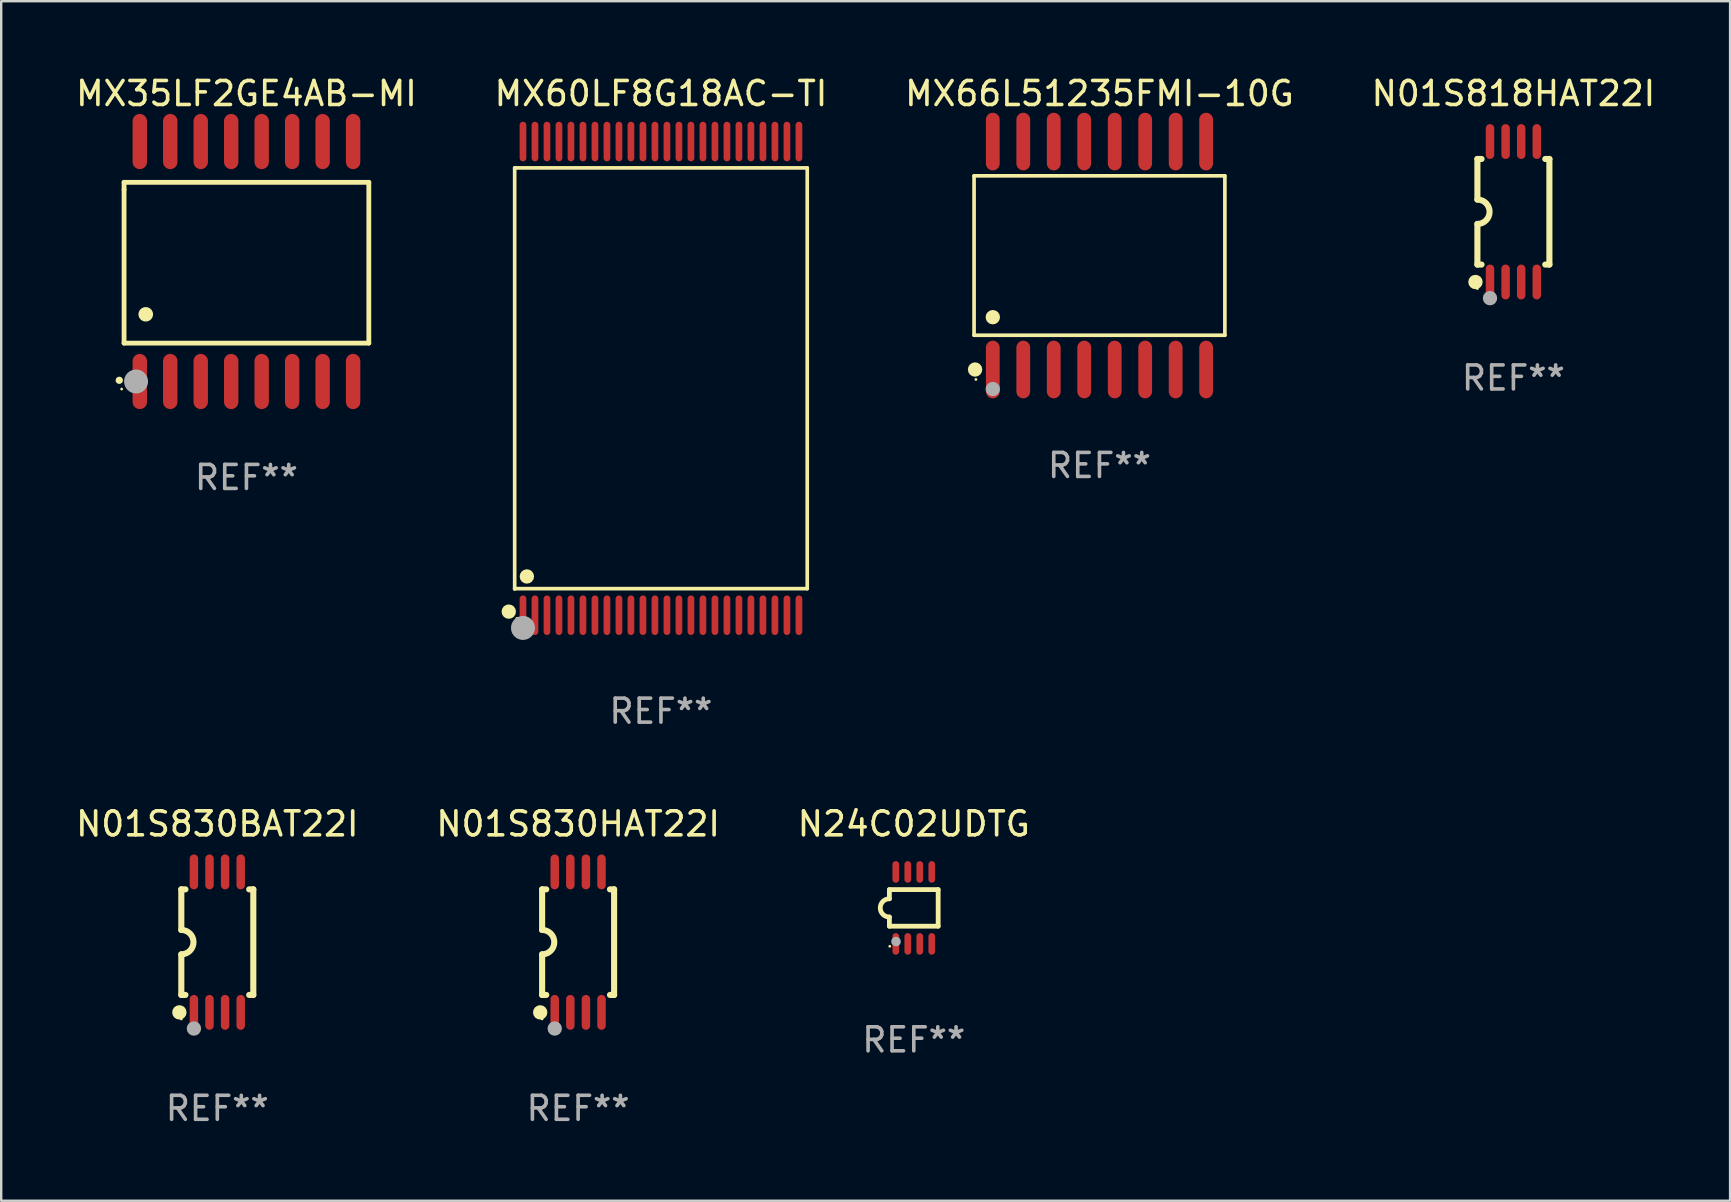
<source format=kicad_pcb>
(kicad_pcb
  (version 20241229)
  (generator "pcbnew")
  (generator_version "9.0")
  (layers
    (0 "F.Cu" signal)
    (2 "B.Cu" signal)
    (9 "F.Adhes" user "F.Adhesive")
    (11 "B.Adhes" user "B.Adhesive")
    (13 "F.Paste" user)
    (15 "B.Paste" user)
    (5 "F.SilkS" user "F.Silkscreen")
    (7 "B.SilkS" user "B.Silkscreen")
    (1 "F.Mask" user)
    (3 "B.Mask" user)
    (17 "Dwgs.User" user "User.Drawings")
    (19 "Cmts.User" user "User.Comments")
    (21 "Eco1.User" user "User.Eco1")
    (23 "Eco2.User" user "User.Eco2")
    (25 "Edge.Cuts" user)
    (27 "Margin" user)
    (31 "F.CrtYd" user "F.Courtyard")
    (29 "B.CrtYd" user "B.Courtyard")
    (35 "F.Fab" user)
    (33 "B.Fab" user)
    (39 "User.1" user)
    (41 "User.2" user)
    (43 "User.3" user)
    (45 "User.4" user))
  (footprint "N01S818HAT22I"
    (layer "F.Cu")
    (at 60.018 5.775)
    (property "Reference" "N01S818HAT22I" (at 0 -4.927 0) (layer "F.SilkS") (effects (font (size 1 1) (thickness 0.15))))
    (attr through_hole)
    (fp_line (start -1.5 -2.2) (end -1.5 -0.508) (stroke (width 0.254) (type solid)) (layer "F.SilkS"))
    (fp_line (start -1.5 -2.2) (end -1.328 -2.2) (stroke (width 0.254) (type solid)) (layer "F.SilkS"))
    (fp_line (start -1.5 2.2) (end -1.5 0.508) (stroke (width 0.254) (type solid)) (layer "F.SilkS"))
    (fp_line (start -1.5 2.2) (end -1.328 2.2) (stroke (width 0.254) (type solid)) (layer "F.SilkS"))
    (fp_line (start 1.328 -2.2) (end 1.5 -2.2) (stroke (width 0.254) (type solid)) (layer "F.SilkS"))
    (fp_line (start 1.328 2.2) (end 1.5 2.2) (stroke (width 0.254) (type solid)) (layer "F.SilkS"))
    (fp_line (start 1.5 -2.2) (end 1.5 2.2) (stroke (width 0.254) (type solid)) (layer "F.SilkS"))
    (fp_arc (start -1.501144 -0.508) (mid -0.993143 -0.000571) (end -1.5 0.508001) (stroke (width 0.254001) (type solid)) (layer "F.SilkS"))
    (fp_circle (center -1.581 2.927) (end -1.431 2.927) (stroke (width 0.3) (type solid)) (fill no) (layer "F.SilkS"))
    (fp_circle (center -1.5 3.2) (end -1.47 3.2) (stroke (width 0.06) (type solid)) (fill no) (layer "F.SilkS"))
    (fp_circle (center -0.975 3.6) (end -0.825 3.6) (stroke (width 0.3) (type solid)) (fill no) (layer "F.Fab"))
    (fp_text user "REF**" (at 0 6.927 0) (layer "F.Fab") (effects (font (size 1 1) (thickness 0.15))))
    (pad "1" smd oval (at -0.975 2.927) (size 0.353 1.454) (layers "F.Cu" "F.Mask" "F.Paste"))
    (pad "2" smd oval (at -0.325 2.927) (size 0.353 1.454) (layers "F.Cu" "F.Mask" "F.Paste"))
    (pad "3" smd oval (at 0.325 2.927) (size 0.353 1.454) (layers "F.Cu" "F.Mask" "F.Paste"))
    (pad "4" smd oval (at 0.975 2.927) (size 0.353 1.454) (layers "F.Cu" "F.Mask" "F.Paste"))
    (pad "5" smd oval (at 0.975 -2.927) (size 0.353 1.454) (layers "F.Cu" "F.Mask" "F.Paste"))
    (pad "6" smd oval (at 0.325 -2.927) (size 0.353 1.454) (layers "F.Cu" "F.Mask" "F.Paste"))
    (pad "7" smd oval (at -0.325 -2.927) (size 0.353 1.454) (layers "F.Cu" "F.Mask" "F.Paste"))
    (pad "8" smd oval (at -0.975 -2.927) (size 0.353 1.454) (layers "F.Cu" "F.Mask" "F.Paste")))
  (footprint "N01S830BAT22I"
    (layer "F.Cu")
    (at 6.006 36.212)
    (property "Reference" "N01S830BAT22I" (at 0 -4.927 0) (layer "F.SilkS") (effects (font (size 1 1) (thickness 0.15))))
    (attr through_hole)
    (fp_line (start -1.5 -2.2) (end -1.5 -0.508) (stroke (width 0.254) (type solid)) (layer "F.SilkS"))
    (fp_line (start -1.5 -2.2) (end -1.328 -2.2) (stroke (width 0.254) (type solid)) (layer "F.SilkS"))
    (fp_line (start -1.5 2.2) (end -1.5 0.508) (stroke (width 0.254) (type solid)) (layer "F.SilkS"))
    (fp_line (start -1.5 2.2) (end -1.328 2.2) (stroke (width 0.254) (type solid)) (layer "F.SilkS"))
    (fp_line (start 1.328 -2.2) (end 1.5 -2.2) (stroke (width 0.254) (type solid)) (layer "F.SilkS"))
    (fp_line (start 1.328 2.2) (end 1.5 2.2) (stroke (width 0.254) (type solid)) (layer "F.SilkS"))
    (fp_line (start 1.5 -2.2) (end 1.5 2.2) (stroke (width 0.254) (type solid)) (layer "F.SilkS"))
    (fp_arc (start -1.501144 -0.508) (mid -0.993143 -0.000571) (end -1.5 0.508001) (stroke (width 0.254001) (type solid)) (layer "F.SilkS"))
    (fp_circle (center -1.581 2.927) (end -1.431 2.927) (stroke (width 0.3) (type solid)) (fill no) (layer "F.SilkS"))
    (fp_circle (center -1.5 3.2) (end -1.47 3.2) (stroke (width 0.06) (type solid)) (fill no) (layer "F.SilkS"))
    (fp_circle (center -0.975 3.6) (end -0.825 3.6) (stroke (width 0.3) (type solid)) (fill no) (layer "F.Fab"))
    (fp_text user "REF**" (at 0 6.927 0) (layer "F.Fab") (effects (font (size 1 1) (thickness 0.15))))
    (pad "1" smd oval (at -0.975 2.927) (size 0.353 1.454) (layers "F.Cu" "F.Mask" "F.Paste"))
    (pad "2" smd oval (at -0.325 2.927) (size 0.353 1.454) (layers "F.Cu" "F.Mask" "F.Paste"))
    (pad "3" smd oval (at 0.325 2.927) (size 0.353 1.454) (layers "F.Cu" "F.Mask" "F.Paste"))
    (pad "4" smd oval (at 0.975 2.927) (size 0.353 1.454) (layers "F.Cu" "F.Mask" "F.Paste"))
    (pad "5" smd oval (at 0.975 -2.927) (size 0.353 1.454) (layers "F.Cu" "F.Mask" "F.Paste"))
    (pad "6" smd oval (at 0.325 -2.927) (size 0.353 1.454) (layers "F.Cu" "F.Mask" "F.Paste"))
    (pad "7" smd oval (at -0.325 -2.927) (size 0.353 1.454) (layers "F.Cu" "F.Mask" "F.Paste"))
    (pad "8" smd oval (at -0.975 -2.927) (size 0.353 1.454) (layers "F.Cu" "F.Mask" "F.Paste")))
  (footprint "N01S830HAT22I"
    (layer "F.Cu")
    (at 21.042 36.212)
    (property "Reference" "N01S830HAT22I" (at 0 -4.927 0) (layer "F.SilkS") (effects (font (size 1 1) (thickness 0.15))))
    (attr through_hole)
    (fp_line (start -1.5 -2.2) (end -1.5 -0.508) (stroke (width 0.254) (type solid)) (layer "F.SilkS"))
    (fp_line (start -1.5 -2.2) (end -1.328 -2.2) (stroke (width 0.254) (type solid)) (layer "F.SilkS"))
    (fp_line (start -1.5 2.2) (end -1.5 0.508) (stroke (width 0.254) (type solid)) (layer "F.SilkS"))
    (fp_line (start -1.5 2.2) (end -1.328 2.2) (stroke (width 0.254) (type solid)) (layer "F.SilkS"))
    (fp_line (start 1.328 -2.2) (end 1.5 -2.2) (stroke (width 0.254) (type solid)) (layer "F.SilkS"))
    (fp_line (start 1.328 2.2) (end 1.5 2.2) (stroke (width 0.254) (type solid)) (layer "F.SilkS"))
    (fp_line (start 1.5 -2.2) (end 1.5 2.2) (stroke (width 0.254) (type solid)) (layer "F.SilkS"))
    (fp_arc (start -1.501144 -0.508) (mid -0.993143 -0.000571) (end -1.5 0.508001) (stroke (width 0.254001) (type solid)) (layer "F.SilkS"))
    (fp_circle (center -1.581 2.927) (end -1.431 2.927) (stroke (width 0.3) (type solid)) (fill no) (layer "F.SilkS"))
    (fp_circle (center -1.5 3.2) (end -1.47 3.2) (stroke (width 0.06) (type solid)) (fill no) (layer "F.SilkS"))
    (fp_circle (center -0.975 3.6) (end -0.825 3.6) (stroke (width 0.3) (type solid)) (fill no) (layer "F.Fab"))
    (fp_text user "REF**" (at 0 6.927 0) (layer "F.Fab") (effects (font (size 1 1) (thickness 0.15))))
    (pad "1" smd oval (at -0.975 2.927) (size 0.353 1.454) (layers "F.Cu" "F.Mask" "F.Paste"))
    (pad "2" smd oval (at -0.325 2.927) (size 0.353 1.454) (layers "F.Cu" "F.Mask" "F.Paste"))
    (pad "3" smd oval (at 0.325 2.927) (size 0.353 1.454) (layers "F.Cu" "F.Mask" "F.Paste"))
    (pad "4" smd oval (at 0.975 2.927) (size 0.353 1.454) (layers "F.Cu" "F.Mask" "F.Paste"))
    (pad "5" smd oval (at 0.975 -2.927) (size 0.353 1.454) (layers "F.Cu" "F.Mask" "F.Paste"))
    (pad "6" smd oval (at 0.325 -2.927) (size 0.353 1.454) (layers "F.Cu" "F.Mask" "F.Paste"))
    (pad "7" smd oval (at -0.325 -2.927) (size 0.353 1.454) (layers "F.Cu" "F.Mask" "F.Paste"))
    (pad "8" smd oval (at -0.975 -2.927) (size 0.353 1.454) (layers "F.Cu" "F.Mask" "F.Paste")))
  (footprint "N24C02UDTG"
    (layer "F.Cu")
    (at 35.03 34.785)
    (property "Reference" "N24C02UDTG" (at 0 -3.5 0) (layer "F.SilkS") (effects (font (size 1 1) (thickness 0.15))))
    (attr through_hole)
    (fp_line (start -1.016 -0.762) (end 1.016 -0.762) (stroke (width 0.2) (type solid)) (layer "F.SilkS"))
    (fp_line (start -1.016 -0.381) (end -1.016 -0.762) (stroke (width 0.2) (type solid)) (layer "F.SilkS"))
    (fp_line (start -1.016 0.762) (end -1.016 0.381) (stroke (width 0.2) (type solid)) (layer "F.SilkS"))
    (fp_line (start 1.016 -0.762) (end 1.016 0.762) (stroke (width 0.2) (type solid)) (layer "F.SilkS"))
    (fp_line (start 1.016 0.762) (end -1.016 0.762) (stroke (width 0.2) (type solid)) (layer "F.SilkS"))
    (fp_arc (start -1.016002 0.381001) (mid -1.396698 -0.000025) (end -1.016002 -0.381051) (stroke (width 0.2) (type solid)) (layer "F.SilkS"))
    (fp_circle (center -1 1.6) (end -0.97 1.6) (stroke (width 0.06) (type solid)) (fill no) (layer "F.SilkS"))
    (fp_circle (center -0.74 1.402) (end -0.64 1.402) (stroke (width 0.2) (type solid)) (fill no) (layer "F.Fab"))
    (fp_text user "REF**" (at 0 5.5 0) (layer "F.Fab") (effects (font (size 1 1) (thickness 0.15))))
    (pad "1" smd oval (at -0.75 1.5) (size 0.28 0.9) (layers "F.Cu" "F.Mask" "F.Paste"))
    (pad "2" smd oval (at -0.25 1.5) (size 0.28 0.9) (layers "F.Cu" "F.Mask" "F.Paste"))
    (pad "3" smd oval (at 0.25 1.5) (size 0.28 0.9) (layers "F.Cu" "F.Mask" "F.Paste"))
    (pad "4" smd oval (at 0.75 1.5) (size 0.28 0.9) (layers "F.Cu" "F.Mask" "F.Paste"))
    (pad "5" smd oval (at 0.75 -1.5) (size 0.28 0.9) (layers "F.Cu" "F.Mask" "F.Paste"))
    (pad "6" smd oval (at 0.25 -1.5) (size 0.28 0.9) (layers "F.Cu" "F.Mask" "F.Paste"))
    (pad "7" smd oval (at -0.25 -1.5) (size 0.28 0.9) (layers "F.Cu" "F.Mask" "F.Paste"))
    (pad "8" smd oval (at -0.75 -1.5) (size 0.28 0.9) (layers "F.Cu" "F.Mask" "F.Paste")))
  (footprint "MX66L51235FMI-10G"
    (layer "F.Cu")
    (at 42.768 7.599)
    (property "Reference" "MX66L51235FMI-10G" (at 0 -6.75 0) (layer "F.SilkS") (effects (font (size 1 1) (thickness 0.15))))
    (attr through_hole)
    (fp_line (start -5.226 -3.321) (end 5.226 -3.321) (stroke (width 0.152) (type solid)) (layer "F.SilkS"))
    (fp_line (start -5.226 3.321) (end -5.226 -3.321) (stroke (width 0.152) (type solid)) (layer "F.SilkS"))
    (fp_line (start 5.226 -3.321) (end 5.226 3.321) (stroke (width 0.152) (type solid)) (layer "F.SilkS"))
    (fp_line (start 5.226 3.321) (end -5.226 3.321) (stroke (width 0.152) (type solid)) (layer "F.SilkS"))
    (fp_circle (center -5.184 4.75) (end -5.034 4.75) (stroke (width 0.3) (type solid)) (fill no) (layer "F.SilkS"))
    (fp_circle (center -5.15 5.163) (end -5.12 5.163) (stroke (width 0.06) (type solid)) (fill no) (layer "F.SilkS"))
    (fp_circle (center -4.445 2.569) (end -4.295 2.569) (stroke (width 0.3) (type solid)) (fill no) (layer "F.SilkS"))
    (fp_circle (center -4.445 5.563) (end -4.295 5.563) (stroke (width 0.3) (type solid)) (fill no) (layer "F.Fab"))
    (fp_text user "REF**" (at 0 8.75 0) (layer "F.Fab") (effects (font (size 1 1) (thickness 0.15))))
    (pad "1" smd oval (at -4.445 4.75) (size 0.574 2.401) (layers "F.Cu" "F.Mask" "F.Paste"))
    (pad "2" smd oval (at -3.175 4.75) (size 0.574 2.401) (layers "F.Cu" "F.Mask" "F.Paste"))
    (pad "3" smd oval (at -1.905 4.75) (size 0.574 2.401) (layers "F.Cu" "F.Mask" "F.Paste"))
    (pad "4" smd oval (at -0.635 4.75) (size 0.574 2.401) (layers "F.Cu" "F.Mask" "F.Paste"))
    (pad "5" smd oval (at 0.635 4.75) (size 0.574 2.401) (layers "F.Cu" "F.Mask" "F.Paste"))
    (pad "6" smd oval (at 1.905 4.75) (size 0.574 2.401) (layers "F.Cu" "F.Mask" "F.Paste"))
    (pad "7" smd oval (at 3.175 4.75) (size 0.574 2.401) (layers "F.Cu" "F.Mask" "F.Paste"))
    (pad "8" smd oval (at 4.445 4.75) (size 0.574 2.401) (layers "F.Cu" "F.Mask" "F.Paste"))
    (pad "9" smd oval (at 4.445 -4.75) (size 0.574 2.401) (layers "F.Cu" "F.Mask" "F.Paste"))
    (pad "10" smd oval (at 3.175 -4.75) (size 0.574 2.401) (layers "F.Cu" "F.Mask" "F.Paste"))
    (pad "11" smd oval (at 1.905 -4.75) (size 0.574 2.401) (layers "F.Cu" "F.Mask" "F.Paste"))
    (pad "12" smd oval (at 0.635 -4.75) (size 0.574 2.401) (layers "F.Cu" "F.Mask" "F.Paste"))
    (pad "13" smd oval (at -0.635 -4.75) (size 0.574 2.401) (layers "F.Cu" "F.Mask" "F.Paste"))
    (pad "14" smd oval (at -1.905 -4.75) (size 0.574 2.401) (layers "F.Cu" "F.Mask" "F.Paste"))
    (pad "15" smd oval (at -3.175 -4.75) (size 0.574 2.401) (layers "F.Cu" "F.Mask" "F.Paste"))
    (pad "16" smd oval (at -4.445 -4.75) (size 0.574 2.401) (layers "F.Cu" "F.Mask" "F.Paste")))
  (footprint "MX60LF8G18AC-TI"
    (layer "F.Cu")
    (at 24.494 12.718)
    (property "Reference" "MX60LF8G18AC-TI" (at 0 -11.87 0) (layer "F.SilkS") (effects (font (size 1 1) (thickness 0.15))))
    (attr through_hole)
    (fp_line (start -6.096 -8.771) (end 6.096 -8.771) (stroke (width 0.152) (type solid)) (layer "F.SilkS"))
    (fp_line (start -6.096 8.763) (end -6.096 8.771) (stroke (width 0.152) (type solid)) (layer "F.SilkS"))
    (fp_line (start -6.096 8.771) (end -6.096 -8.771) (stroke (width 0.152) (type solid)) (layer "F.SilkS"))
    (fp_line (start 6.096 -8.771) (end 6.096 8.763) (stroke (width 0.152) (type solid)) (layer "F.SilkS"))
    (fp_line (start 6.096 8.763) (end -6.096 8.763) (stroke (width 0.152) (type solid)) (layer "F.SilkS"))
    (fp_circle (center -6.342 9.72) (end -6.192 9.72) (stroke (width 0.3) (type solid)) (fill no) (layer "F.SilkS"))
    (fp_circle (center -6 10) (end -5.97 10) (stroke (width 0.06) (type solid)) (fill no) (layer "F.SilkS"))
    (fp_circle (center -5.588 8.255) (end -5.438 8.255) (stroke (width 0.3) (type solid)) (fill no) (layer "F.SilkS"))
    (fp_circle (center -5.75 10.4) (end -5.5 10.4) (stroke (width 0.5) (type solid)) (fill no) (layer "F.Fab"))
    (fp_text user "REF**" (at 0 13.87 0) (layer "F.Fab") (effects (font (size 1 1) (thickness 0.15))))
    (pad "1" smd oval (at -5.75 9.87) (size 0.28 1.65) (layers "F.Cu" "F.Mask" "F.Paste"))
    (pad "2" smd oval (at -5.25 9.87) (size 0.28 1.65) (layers "F.Cu" "F.Mask" "F.Paste"))
    (pad "3" smd oval (at -4.75 9.87) (size 0.28 1.65) (layers "F.Cu" "F.Mask" "F.Paste"))
    (pad "4" smd oval (at -4.25 9.87) (size 0.28 1.65) (layers "F.Cu" "F.Mask" "F.Paste"))
    (pad "5" smd oval (at -3.75 9.87) (size 0.28 1.65) (layers "F.Cu" "F.Mask" "F.Paste"))
    (pad "6" smd oval (at -3.25 9.87) (size 0.28 1.65) (layers "F.Cu" "F.Mask" "F.Paste"))
    (pad "7" smd oval (at -2.75 9.87) (size 0.28 1.65) (layers "F.Cu" "F.Mask" "F.Paste"))
    (pad "8" smd oval (at -2.25 9.87) (size 0.28 1.65) (layers "F.Cu" "F.Mask" "F.Paste"))
    (pad "9" smd oval (at -1.75 9.87) (size 0.28 1.65) (layers "F.Cu" "F.Mask" "F.Paste"))
    (pad "10" smd oval (at -1.25 9.87) (size 0.28 1.65) (layers "F.Cu" "F.Mask" "F.Paste"))
    (pad "11" smd oval (at -0.75 9.87) (size 0.28 1.65) (layers "F.Cu" "F.Mask" "F.Paste"))
    (pad "12" smd oval (at -0.25 9.87) (size 0.28 1.65) (layers "F.Cu" "F.Mask" "F.Paste"))
    (pad "13" smd oval (at 0.25 9.87) (size 0.28 1.65) (layers "F.Cu" "F.Mask" "F.Paste"))
    (pad "14" smd oval (at 0.75 9.87) (size 0.28 1.65) (layers "F.Cu" "F.Mask" "F.Paste"))
    (pad "15" smd oval (at 1.25 9.87) (size 0.28 1.65) (layers "F.Cu" "F.Mask" "F.Paste"))
    (pad "16" smd oval (at 1.75 9.87) (size 0.28 1.65) (layers "F.Cu" "F.Mask" "F.Paste"))
    (pad "17" smd oval (at 2.25 9.87) (size 0.28 1.65) (layers "F.Cu" "F.Mask" "F.Paste"))
    (pad "18" smd oval (at 2.75 9.87) (size 0.28 1.65) (layers "F.Cu" "F.Mask" "F.Paste"))
    (pad "19" smd oval (at 3.25 9.87) (size 0.28 1.65) (layers "F.Cu" "F.Mask" "F.Paste"))
    (pad "20" smd oval (at 3.75 9.87) (size 0.28 1.65) (layers "F.Cu" "F.Mask" "F.Paste"))
    (pad "21" smd oval (at 4.25 9.87) (size 0.28 1.65) (layers "F.Cu" "F.Mask" "F.Paste"))
    (pad "22" smd oval (at 4.75 9.87) (size 0.28 1.65) (layers "F.Cu" "F.Mask" "F.Paste"))
    (pad "23" smd oval (at 5.25 9.87) (size 0.28 1.65) (layers "F.Cu" "F.Mask" "F.Paste"))
    (pad "24" smd oval (at 5.75 9.87) (size 0.28 1.65) (layers "F.Cu" "F.Mask" "F.Paste"))
    (pad "25" smd oval (at 5.75 -9.87) (size 0.28 1.65) (layers "F.Cu" "F.Mask" "F.Paste"))
    (pad "26" smd oval (at 5.25 -9.87) (size 0.28 1.65) (layers "F.Cu" "F.Mask" "F.Paste"))
    (pad "27" smd oval (at 4.75 -9.87) (size 0.28 1.65) (layers "F.Cu" "F.Mask" "F.Paste"))
    (pad "28" smd oval (at 4.25 -9.87) (size 0.28 1.65) (layers "F.Cu" "F.Mask" "F.Paste"))
    (pad "29" smd oval (at 3.75 -9.87) (size 0.28 1.65) (layers "F.Cu" "F.Mask" "F.Paste"))
    (pad "30" smd oval (at 3.25 -9.87) (size 0.28 1.65) (layers "F.Cu" "F.Mask" "F.Paste"))
    (pad "31" smd oval (at 2.75 -9.87) (size 0.28 1.65) (layers "F.Cu" "F.Mask" "F.Paste"))
    (pad "32" smd oval (at 2.25 -9.87) (size 0.28 1.65) (layers "F.Cu" "F.Mask" "F.Paste"))
    (pad "33" smd oval (at 1.75 -9.87) (size 0.28 1.65) (layers "F.Cu" "F.Mask" "F.Paste"))
    (pad "34" smd oval (at 1.25 -9.87) (size 0.28 1.65) (layers "F.Cu" "F.Mask" "F.Paste"))
    (pad "35" smd oval (at 0.75 -9.87) (size 0.28 1.65) (layers "F.Cu" "F.Mask" "F.Paste"))
    (pad "36" smd oval (at 0.25 -9.87) (size 0.28 1.65) (layers "F.Cu" "F.Mask" "F.Paste"))
    (pad "37" smd oval (at -0.25 -9.87) (size 0.28 1.65) (layers "F.Cu" "F.Mask" "F.Paste"))
    (pad "38" smd oval (at -0.75 -9.87) (size 0.28 1.65) (layers "F.Cu" "F.Mask" "F.Paste"))
    (pad "39" smd oval (at -1.25 -9.87) (size 0.28 1.65) (layers "F.Cu" "F.Mask" "F.Paste"))
    (pad "40" smd oval (at -1.75 -9.87) (size 0.28 1.65) (layers "F.Cu" "F.Mask" "F.Paste"))
    (pad "41" smd oval (at -2.25 -9.87) (size 0.28 1.65) (layers "F.Cu" "F.Mask" "F.Paste"))
    (pad "42" smd oval (at -2.75 -9.87) (size 0.28 1.65) (layers "F.Cu" "F.Mask" "F.Paste"))
    (pad "43" smd oval (at -3.25 -9.87) (size 0.28 1.65) (layers "F.Cu" "F.Mask" "F.Paste"))
    (pad "44" smd oval (at -3.75 -9.87) (size 0.28 1.65) (layers "F.Cu" "F.Mask" "F.Paste"))
    (pad "45" smd oval (at -4.25 -9.87) (size 0.28 1.65) (layers "F.Cu" "F.Mask" "F.Paste"))
    (pad "46" smd oval (at -4.75 -9.87) (size 0.28 1.65) (layers "F.Cu" "F.Mask" "F.Paste"))
    (pad "47" smd oval (at -5.25 -9.87) (size 0.28 1.65) (layers "F.Cu" "F.Mask" "F.Paste"))
    (pad "48" smd oval (at -5.75 -9.87) (size 0.28 1.65) (layers "F.Cu" "F.Mask" "F.Paste")))
  (footprint "MX35LF2GE4AB-MI"
    (layer "F.Cu")
    (at 7.22 7.848)
    (property "Reference" "MX35LF2GE4AB-MI" (at 0 -7 0) (layer "F.SilkS") (effects (font (size 1 1) (thickness 0.15))))
    (attr through_hole)
    (fp_line (start -5.1 -3.3) (end -5.1 -3) (stroke (width 0.2) (type solid)) (layer "F.SilkS"))
    (fp_line (start -5.1 -3) (end -5.1 3.4) (stroke (width 0.2) (type solid)) (layer "F.SilkS"))
    (fp_line (start -5.1 3.4) (end 5.1 3.4) (stroke (width 0.2) (type solid)) (layer "F.SilkS"))
    (fp_line (start 5.1 -3.3) (end -5.1 -3.3) (stroke (width 0.2) (type solid)) (layer "F.SilkS"))
    (fp_line (start 5.1 3.4) (end 5.1 -3.3) (stroke (width 0.2) (type solid)) (layer "F.SilkS"))
    (fp_arc (start -5.300991 4.950495) (mid -5.299721 4.95049) (end -5.298451 4.950495) (stroke (width 0.3) (type solid)) (layer "F.SilkS"))
    (fp_arc (start -4.2 2.200025) (mid -4.19619 2.200001) (end -4.19238 2.200025) (stroke (width 0.6) (type solid)) (layer "F.SilkS"))
    (fp_circle (center -5.2 5.315) (end -5.17 5.315) (stroke (width 0.06) (type solid)) (fill no) (layer "F.SilkS"))
    (fp_circle (center -4.6 5) (end -4.35 5) (stroke (width 0.5) (type solid)) (fill no) (layer "F.Fab"))
    (fp_text user "REF**" (at 0 9 0) (layer "F.Fab") (effects (font (size 1 1) (thickness 0.15))))
    (pad "1" smd oval (at -4.445 5 180) (size 0.6 2.3) (layers "F.Cu" "F.Mask" "F.Paste"))
    (pad "2" smd oval (at -3.175 5 180) (size 0.6 2.3) (layers "F.Cu" "F.Mask" "F.Paste"))
    (pad "3" smd oval (at -1.905 5 180) (size 0.6 2.3) (layers "F.Cu" "F.Mask" "F.Paste"))
    (pad "4" smd oval (at -0.635 5 180) (size 0.6 2.3) (layers "F.Cu" "F.Mask" "F.Paste"))
    (pad "5" smd oval (at 0.635 5 180) (size 0.6 2.3) (layers "F.Cu" "F.Mask" "F.Paste"))
    (pad "6" smd oval (at 1.905 5 180) (size 0.6 2.3) (layers "F.Cu" "F.Mask" "F.Paste"))
    (pad "7" smd oval (at 3.175 5 180) (size 0.6 2.3) (layers "F.Cu" "F.Mask" "F.Paste"))
    (pad "8" smd oval (at 4.445 5 180) (size 0.6 2.3) (layers "F.Cu" "F.Mask" "F.Paste"))
    (pad "9" smd oval (at 4.445 -5 180) (size 0.6 2.3) (layers "F.Cu" "F.Mask" "F.Paste"))
    (pad "10" smd oval (at 3.175 -5 180) (size 0.6 2.3) (layers "F.Cu" "F.Mask" "F.Paste"))
    (pad "11" smd oval (at 1.905 -5 180) (size 0.6 2.3) (layers "F.Cu" "F.Mask" "F.Paste"))
    (pad "12" smd oval (at 0.635 -5 180) (size 0.6 2.3) (layers "F.Cu" "F.Mask" "F.Paste"))
    (pad "13" smd oval (at -0.635 -5 180) (size 0.6 2.3) (layers "F.Cu" "F.Mask" "F.Paste"))
    (pad "14" smd oval (at -1.905 -5 180) (size 0.6 2.3) (layers "F.Cu" "F.Mask" "F.Paste"))
    (pad "15" smd oval (at -3.175 -5 180) (size 0.6 2.3) (layers "F.Cu" "F.Mask" "F.Paste"))
    (pad "16" smd oval (at -4.445 -5 180) (size 0.6 2.3) (layers "F.Cu" "F.Mask" "F.Paste")))
  (gr_rect
    (start -3 -3)
    (end 69.048 46.988)
    (stroke (width 0.1) (type default))
    (fill no)
    (layer "Edge.Cuts")))
</source>
